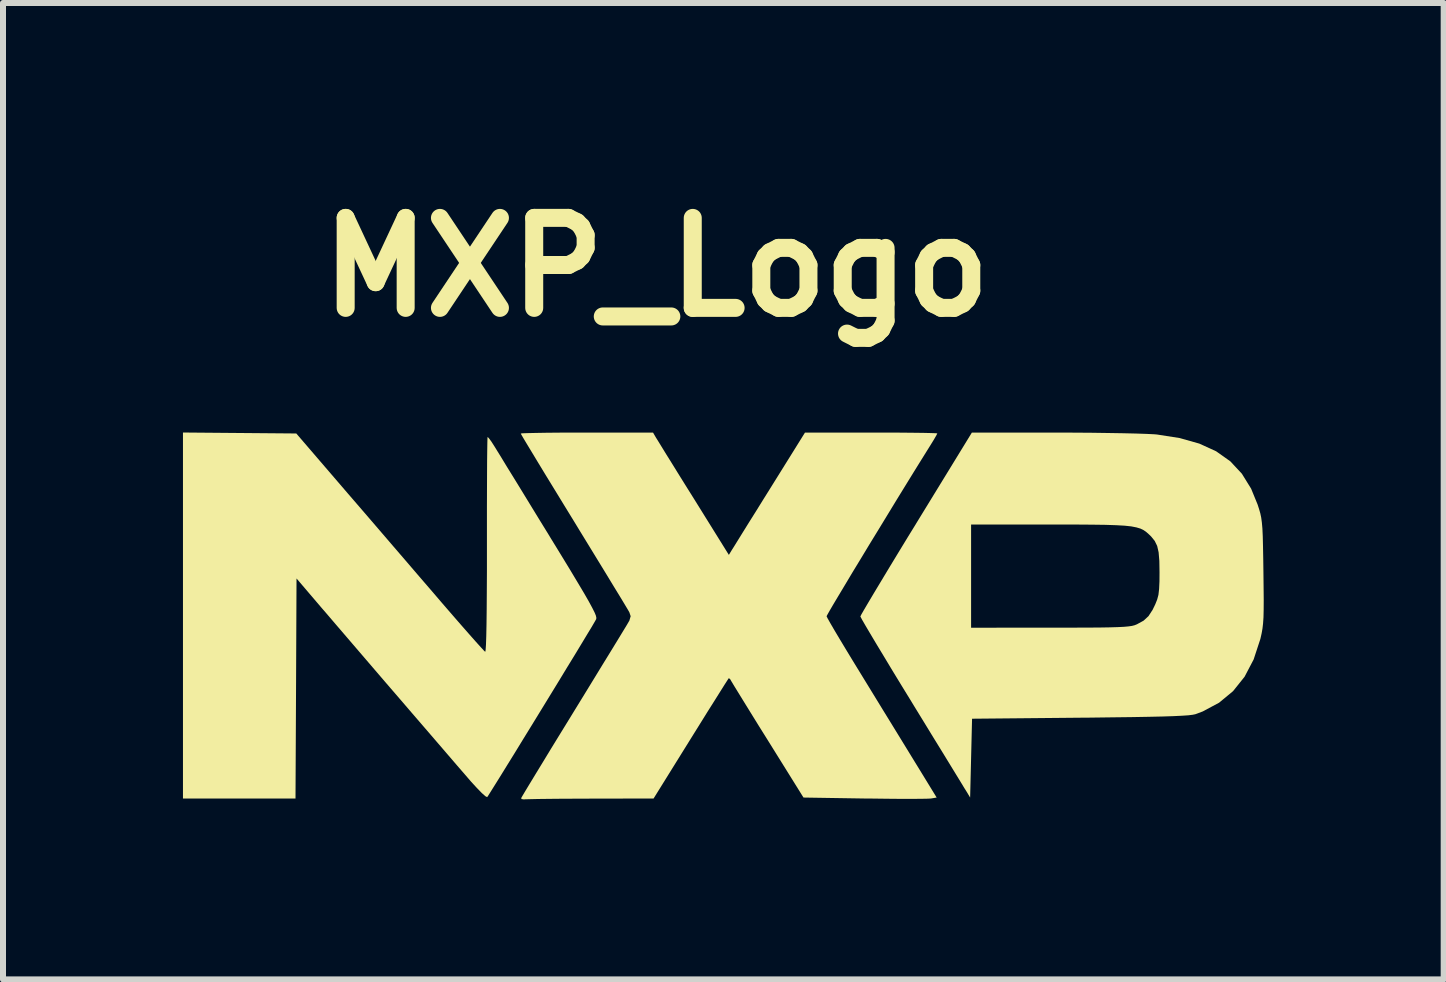
<source format=kicad_pcb>
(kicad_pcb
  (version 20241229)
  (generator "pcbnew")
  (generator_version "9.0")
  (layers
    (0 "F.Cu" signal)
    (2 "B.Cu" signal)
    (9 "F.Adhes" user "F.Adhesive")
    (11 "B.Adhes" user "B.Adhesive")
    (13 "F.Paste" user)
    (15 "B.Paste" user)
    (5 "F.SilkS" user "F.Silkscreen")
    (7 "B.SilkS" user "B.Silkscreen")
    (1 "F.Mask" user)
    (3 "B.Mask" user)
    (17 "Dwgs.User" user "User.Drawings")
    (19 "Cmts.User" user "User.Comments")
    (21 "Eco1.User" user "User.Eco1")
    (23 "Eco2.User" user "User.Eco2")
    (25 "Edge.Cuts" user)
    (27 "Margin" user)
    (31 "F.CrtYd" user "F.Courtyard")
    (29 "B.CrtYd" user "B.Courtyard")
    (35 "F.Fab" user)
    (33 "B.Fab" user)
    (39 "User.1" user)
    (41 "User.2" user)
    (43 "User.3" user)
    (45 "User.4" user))
  (footprint "MXP_Logo"
    (layer "F.Cu")
    (at 9.009 7.195)
    (property "Reference" "MXP_Logo" (at -1.118 -5.791 180) (layer "F.SilkS") (effects (font (size 1.5 1.5) (thickness 0.3))))
    (attr board_only exclude_from_pos_files exclude_from_bom)
    (fp_poly (pts (xy -8.064 -3.027) (xy -7.12 -3.019) (xy -6.258 -2.016) (xy -6.037 -1.76) (xy -5.797 -1.481) (xy -5.548 -1.191) (xy -5.301 -0.904) (xy -5.066 -0.63) (xy -4.852 -0.382) (xy -4.698 -0.202) (xy -4.532 -0.01) (xy -4.379 0.166) (xy -4.243 0.321) (xy -4.129 0.45) (xy -4.042 0.546) (xy -3.988 0.605) (xy -3.97 0.621) (xy -3.964 0.592) (xy -3.958 0.504) (xy -3.953 0.36) (xy -3.949 0.161) (xy -3.946 -0.088) (xy -3.944 -0.384) (xy -3.942 -0.725) (xy -3.942 -1.109) (xy -3.942 -1.159) (xy -3.942 -1.488) (xy -3.942 -1.797) (xy -3.941 -2.082) (xy -3.94 -2.336) (xy -3.939 -2.555) (xy -3.937 -2.732) (xy -3.935 -2.863) (xy -3.933 -2.94) (xy -3.931 -2.961) (xy -3.911 -2.942) (xy -3.867 -2.883) (xy -3.811 -2.795) (xy -3.809 -2.792) (xy -3.771 -2.73) (xy -3.703 -2.62) (xy -3.611 -2.468) (xy -3.496 -2.282) (xy -3.364 -2.067) (xy -3.218 -1.828) (xy -3.062 -1.573) (xy -2.898 -1.307) (xy -2.895 -1.301) (xy -2.708 -0.996) (xy -2.552 -0.74) (xy -2.425 -0.528) (xy -2.323 -0.357) (xy -2.245 -0.221) (xy -2.188 -0.116) (xy -2.149 -0.039) (xy -2.126 0.016) (xy -2.118 0.053) (xy -2.12 0.075) (xy -2.12 0.075) (xy -2.142 0.114) (xy -2.192 0.2) (xy -2.268 0.325) (xy -2.365 0.486) (xy -2.48 0.676) (xy -2.61 0.888) (xy -2.749 1.117) (xy -2.896 1.357) (xy -3.046 1.602) (xy -3.195 1.845) (xy -3.341 2.082) (xy -3.478 2.306) (xy -3.605 2.511) (xy -3.716 2.691) (xy -3.809 2.84) (xy -3.879 2.952) (xy -3.923 3.022) (xy -3.938 3.043) (xy -3.966 3.029) (xy -4.026 2.976) (xy -4.109 2.891) (xy -4.208 2.783) (xy -4.227 2.761) (xy -4.314 2.66) (xy -4.438 2.517) (xy -4.591 2.339) (xy -4.769 2.132) (xy -4.967 1.902) (xy -5.18 1.655) (xy -5.401 1.398) (xy -5.627 1.136) (xy -5.851 0.875) (xy -6.068 0.622) (xy -6.273 0.383) (xy -6.461 0.164) (xy -6.626 -0.029) (xy -6.692 -0.105) (xy -7.116 -0.602) (xy -7.124 1.232) (xy -7.133 3.066) (xy -8.071 3.066) (xy -9.009 3.066) (xy -9.009 0.015) (xy -9.009 -3.035)) (stroke (width 0) (type solid)) (fill yes) (layer "F.SilkS"))
    (fp_poly (pts (xy 5.535 -3.034) (xy 5.837 -3.033) (xy 6.131 -3.031) (xy 6.407 -3.027) (xy 6.658 -3.023) (xy 6.876 -3.018) (xy 7.053 -3.012) (xy 7.179 -3.006) (xy 7.226 -3.002) (xy 7.605 -2.943) (xy 7.934 -2.85) (xy 8.214 -2.722) (xy 8.45 -2.555) (xy 8.643 -2.348) (xy 8.797 -2.099) (xy 8.905 -1.835) (xy 8.93 -1.757) (xy 8.95 -1.688) (xy 8.965 -1.617) (xy 8.976 -1.536) (xy 8.985 -1.435) (xy 8.991 -1.307) (xy 8.995 -1.141) (xy 8.999 -0.929) (xy 9.002 -0.713) (xy 9.005 -0.452) (xy 9.007 -0.245) (xy 9.006 -0.081) (xy 9.003 0.047) (xy 8.996 0.149) (xy 8.986 0.235) (xy 8.972 0.314) (xy 8.954 0.394) (xy 8.949 0.413) (xy 8.839 0.748) (xy 8.688 1.036) (xy 8.496 1.276) (xy 8.263 1.469) (xy 7.99 1.615) (xy 7.867 1.661) (xy 7.823 1.67) (xy 7.75 1.679) (xy 7.645 1.686) (xy 7.501 1.693) (xy 7.317 1.699) (xy 7.088 1.704) (xy 6.81 1.709) (xy 6.478 1.713) (xy 6.089 1.718) (xy 5.943 1.719) (xy 4.145 1.736) (xy 4.129 2.393) (xy 4.113 3.05) (xy 4.047 2.94) (xy 4.017 2.893) (xy 3.959 2.797) (xy 3.875 2.66) (xy 3.768 2.485) (xy 3.642 2.279) (xy 3.499 2.047) (xy 3.345 1.795) (xy 3.181 1.528) (xy 3.132 1.447) (xy 2.968 1.18) (xy 2.815 0.929) (xy 2.676 0.698) (xy 2.552 0.493) (xy 2.449 0.32) (xy 2.368 0.183) (xy 2.312 0.086) (xy 2.286 0.037) (xy 2.283 0.031) (xy 2.299 -0.001) (xy 2.345 -0.081) (xy 2.418 -0.205) (xy 2.515 -0.368) (xy 2.633 -0.564) (xy 2.769 -0.79) (xy 2.92 -1.039) (xy 3.084 -1.308) (xy 3.203 -1.501) (xy 4.129 -1.501) (xy 4.129 -0.641) (xy 4.129 0.219) (xy 5.451 0.218) (xy 5.776 0.218) (xy 6.044 0.217) (xy 6.262 0.216) (xy 6.436 0.213) (xy 6.571 0.209) (xy 6.675 0.204) (xy 6.752 0.197) (xy 6.809 0.189) (xy 6.853 0.178) (xy 6.888 0.164) (xy 6.897 0.16) (xy 7.006 0.1) (xy 7.086 0.026) (xy 7.155 -0.08) (xy 7.2 -0.173) (xy 7.231 -0.251) (xy 7.252 -0.329) (xy 7.263 -0.425) (xy 7.269 -0.553) (xy 7.27 -0.704) (xy 7.267 -0.895) (xy 7.255 -1.038) (xy 7.231 -1.144) (xy 7.19 -1.228) (xy 7.13 -1.302) (xy 7.095 -1.336) (xy 7.051 -1.375) (xy 7.006 -1.407) (xy 6.953 -1.433) (xy 6.886 -1.453) (xy 6.8 -1.47) (xy 6.689 -1.482) (xy 6.546 -1.49) (xy 6.366 -1.496) (xy 6.143 -1.499) (xy 5.871 -1.501) (xy 5.544 -1.501) (xy 5.439 -1.501) (xy 4.129 -1.501) (xy 3.203 -1.501) (xy 3.213 -1.518) (xy 4.142 -3.034)) (stroke (width 0) (type solid)) (fill yes) (layer "F.SilkS"))
    (fp_poly (pts (xy 2.719 -3.034) (xy 2.953 -3.033) (xy 3.16 -3.031) (xy 3.332 -3.029) (xy 3.461 -3.026) (xy 3.542 -3.023) (xy 3.566 -3.02) (xy 3.55 -2.988) (xy 3.509 -2.917) (xy 3.448 -2.818) (xy 3.413 -2.762) (xy 3.302 -2.584) (xy 3.176 -2.381) (xy 3.038 -2.157) (xy 2.891 -1.918) (xy 2.74 -1.67) (xy 2.587 -1.419) (xy 2.435 -1.171) (xy 2.29 -0.931) (xy 2.153 -0.706) (xy 2.03 -0.5) (xy 1.922 -0.32) (xy 1.833 -0.171) (xy 1.768 -0.06) (xy 1.73 0.008) (xy 1.72 0.028) (xy 1.736 0.061) (xy 1.781 0.141) (xy 1.852 0.263) (xy 1.945 0.419) (xy 2.057 0.605) (xy 2.184 0.814) (xy 2.322 1.039) (xy 2.341 1.07) (xy 2.496 1.323) (xy 2.654 1.581) (xy 2.809 1.833) (xy 2.955 2.071) (xy 3.085 2.283) (xy 3.194 2.461) (xy 3.258 2.565) (xy 3.555 3.05) (xy 3.459 3.066) (xy 3.405 3.069) (xy 3.296 3.071) (xy 3.142 3.072) (xy 2.95 3.072) (xy 2.729 3.07) (xy 2.487 3.067) (xy 2.349 3.066) (xy 1.335 3.05) (xy 0.731 2.08) (xy 0.592 1.858) (xy 0.464 1.651) (xy 0.351 1.468) (xy 0.255 1.312) (xy 0.181 1.192) (xy 0.133 1.112) (xy 0.114 1.079) (xy 0.092 1.06) (xy 0.087 1.064) (xy 0.068 1.093) (xy 0.019 1.169) (xy -0.055 1.287) (xy -0.151 1.44) (xy -0.266 1.622) (xy -0.394 1.828) (xy -0.533 2.051) (xy -0.546 2.072) (xy -1.164 3.066) (xy -2.216 3.068) (xy -2.469 3.069) (xy -2.703 3.07) (xy -2.911 3.072) (xy -3.086 3.074) (xy -3.218 3.077) (xy -3.301 3.079) (xy -3.326 3.081) (xy -3.368 3.075) (xy -3.369 3.055) (xy -3.35 3.022) (xy -3.302 2.941) (xy -3.227 2.817) (xy -3.128 2.654) (xy -3.009 2.459) (xy -2.873 2.235) (xy -2.722 1.989) (xy -2.559 1.724) (xy -2.48 1.595) (xy -2.313 1.323) (xy -2.155 1.065) (xy -2.009 0.826) (xy -1.878 0.613) (xy -1.766 0.43) (xy -1.676 0.282) (xy -1.611 0.175) (xy -1.575 0.113) (xy -1.568 0.102) (xy -1.546 0.027) (xy -1.568 -0.039) (xy -1.591 -0.079) (xy -1.643 -0.166) (xy -1.722 -0.297) (xy -1.825 -0.465) (xy -1.947 -0.666) (xy -2.087 -0.895) (xy -2.24 -1.145) (xy -2.404 -1.413) (xy -2.491 -1.556) (xy -2.658 -1.828) (xy -2.815 -2.085) (xy -2.959 -2.32) (xy -3.086 -2.529) (xy -3.194 -2.708) (xy -3.28 -2.85) (xy -3.341 -2.952) (xy -3.373 -3.008) (xy -3.378 -3.018) (xy -3.348 -3.022) (xy -3.263 -3.025) (xy -3.129 -3.028) (xy -2.953 -3.031) (xy -2.743 -3.033) (xy -2.506 -3.034) (xy -2.276 -3.034) (xy -1.173 -3.034) (xy -1.123 -2.948) (xy -1.094 -2.902) (xy -1.037 -2.809) (xy -0.956 -2.677) (xy -0.853 -2.512) (xy -0.735 -2.321) (xy -0.604 -2.111) (xy -0.49 -1.929) (xy 0.091 -0.995) (xy 0.147 -1.087) (xy 0.177 -1.134) (xy 0.235 -1.228) (xy 0.318 -1.362) (xy 0.421 -1.528) (xy 0.541 -1.719) (xy 0.672 -1.93) (xy 0.782 -2.106) (xy 1.36 -3.034) (xy 2.463 -3.034)) (stroke (width 0) (type solid)) (fill yes) (layer "F.SilkS")))
  (gr_rect
    (start -3 -3)
    (end 21.016 13.276)
    (stroke (width 0.1) (type default))
    (fill no)
    (layer "Edge.Cuts")))
</source>
